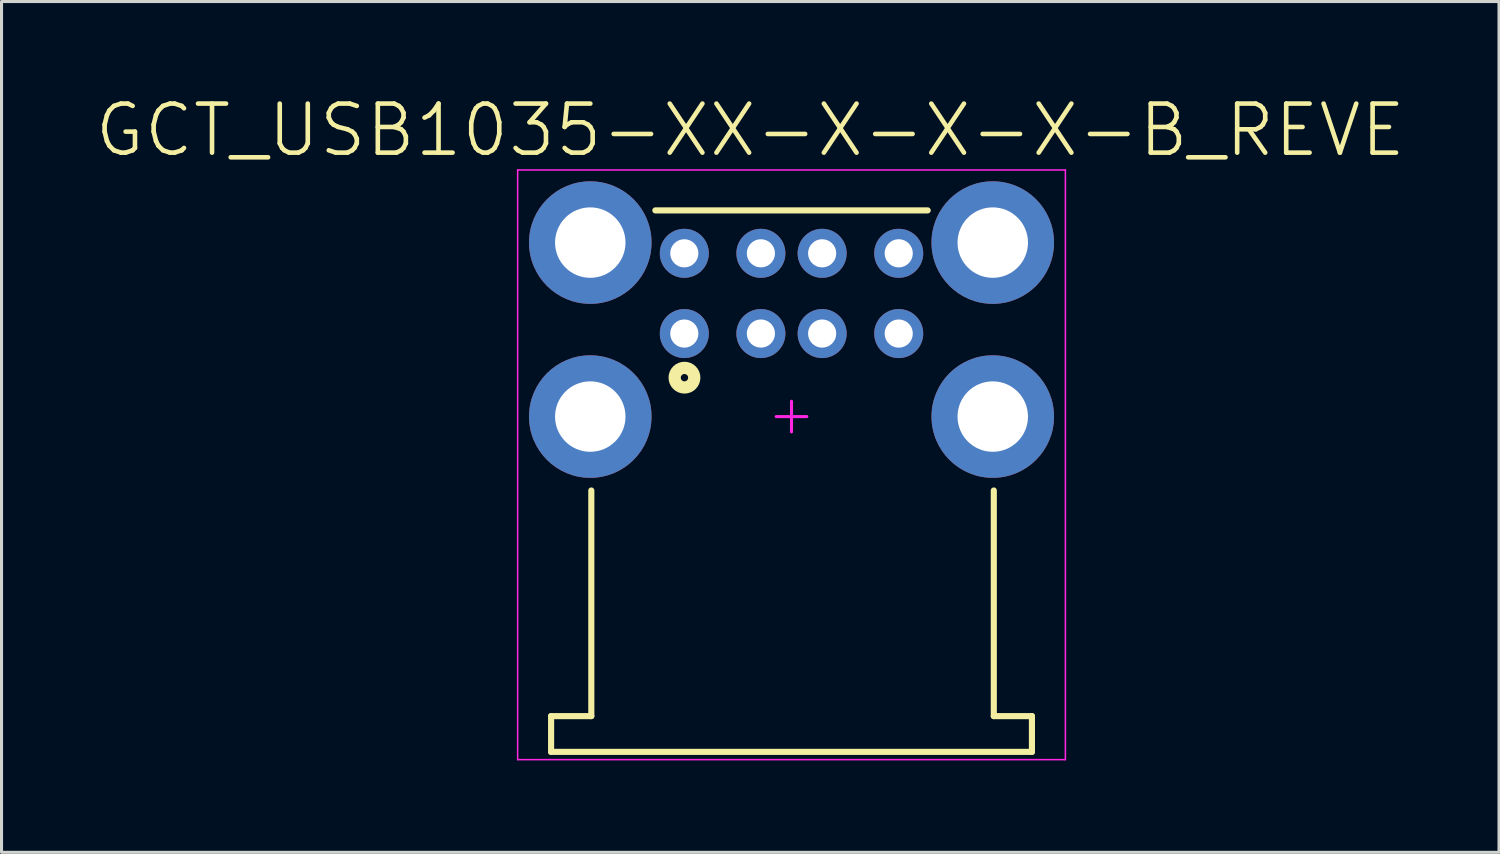
<source format=kicad_pcb>
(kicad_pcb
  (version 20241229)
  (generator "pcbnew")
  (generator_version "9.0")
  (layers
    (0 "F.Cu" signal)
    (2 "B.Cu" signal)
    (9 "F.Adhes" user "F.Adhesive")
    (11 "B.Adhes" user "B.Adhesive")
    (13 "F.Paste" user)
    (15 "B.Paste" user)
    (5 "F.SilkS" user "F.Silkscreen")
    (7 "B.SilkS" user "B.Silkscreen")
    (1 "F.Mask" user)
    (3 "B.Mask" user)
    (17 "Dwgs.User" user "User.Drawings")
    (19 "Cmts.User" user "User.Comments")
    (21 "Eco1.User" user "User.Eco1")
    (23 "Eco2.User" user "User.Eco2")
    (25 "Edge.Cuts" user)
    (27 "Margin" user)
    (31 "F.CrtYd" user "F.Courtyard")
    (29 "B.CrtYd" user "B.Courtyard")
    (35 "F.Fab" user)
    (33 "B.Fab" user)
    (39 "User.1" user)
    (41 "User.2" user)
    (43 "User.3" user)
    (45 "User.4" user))
  (footprint "GCT_USB1035-XX-X-X-X-B_REVE"
    (layer "F.Cu")
    (at 22.791 10.55)
    (property "Reference" "GCT_USB1035-XX-X-X-X-B_REVE" (at -1.346 -9.35 0) (layer "F.SilkS") (effects (font (size 1.601 1.601) (thickness 0.15))))
    (attr through_hole)
    (fp_line (start -7.849 9.779) (end -6.536 9.779) (stroke (width 0.2) (type solid)) (layer "F.SilkS"))
    (fp_line (start -7.849 10.947) (end -7.849 9.779) (stroke (width 0.2) (type solid)) (layer "F.SilkS"))
    (fp_line (start -7.849 10.947) (end 7.849 10.947) (stroke (width 0.2) (type solid)) (layer "F.SilkS"))
    (fp_line (start -6.536 9.779) (end -6.536 2.413) (stroke (width 0.2) (type solid)) (layer "F.SilkS"))
    (fp_line (start -4.445 -6.731) (end 4.445 -6.731) (stroke (width 0.2) (type solid)) (layer "F.SilkS"))
    (fp_line (start 6.604 9.779) (end 6.604 2.413) (stroke (width 0.2) (type solid)) (layer "F.SilkS"))
    (fp_line (start 6.604 9.779) (end 7.849 9.779) (stroke (width 0.2) (type solid)) (layer "F.SilkS"))
    (fp_line (start 7.849 10.947) (end 7.849 9.779) (stroke (width 0.2) (type solid)) (layer "F.SilkS"))
    (fp_circle (center -3.495 -1.27) (end -3.375 -1.27) (stroke (width 0.4) (type solid)) (fill no) (layer "F.SilkS"))
    (fp_line (start -8.941 -8.052) (end 8.941 -8.052) (stroke (width 0.05) (type solid)) (layer "F.CrtYd"))
    (fp_line (start -8.941 11.201) (end -8.941 -8.052) (stroke (width 0.05) (type solid)) (layer "F.CrtYd"))
    (fp_line (start -8.941 11.201) (end 8.941 11.201) (stroke (width 0.05) (type solid)) (layer "F.CrtYd"))
    (fp_line (start -0.5 0) (end 0.5 0) (stroke (width 0.1) (type solid)) (layer "F.CrtYd"))
    (fp_line (start 0 0.5) (end 0 -0.5) (stroke (width 0.1) (type solid)) (layer "F.CrtYd"))
    (fp_line (start 8.941 11.201) (end 8.941 -8.052) (stroke (width 0.05) (type solid)) (layer "F.CrtYd"))
    (pad "1A" thru_hole circle (at -3.5 -5.33) (size 1.6 1.6) (drill 0.92) (layers "*.Cu" "*.Mask"))
    (pad "1B" thru_hole circle (at -3.5 -2.71) (size 1.6 1.6) (drill 0.92) (layers "*.Cu" "*.Mask"))
    (pad "2A" thru_hole circle (at -1 -5.33) (size 1.6 1.6) (drill 0.92) (layers "*.Cu" "*.Mask"))
    (pad "2B" thru_hole circle (at -1 -2.71) (size 1.6 1.6) (drill 0.92) (layers "*.Cu" "*.Mask"))
    (pad "3A" thru_hole circle (at 1 -5.33) (size 1.6 1.6) (drill 0.92) (layers "*.Cu" "*.Mask"))
    (pad "3B" thru_hole circle (at 1 -2.71) (size 1.6 1.6) (drill 0.92) (layers "*.Cu" "*.Mask"))
    (pad "4A" thru_hole circle (at 3.5 -5.33) (size 1.6 1.6) (drill 0.92) (layers "*.Cu" "*.Mask"))
    (pad "4B" thru_hole circle (at 3.5 -2.71) (size 1.6 1.6) (drill 0.92) (layers "*.Cu" "*.Mask"))
    (pad "9" thru_hole circle (at -6.57 0) (size 4 4) (drill 2.3) (layers "*.Cu" "*.Mask"))
    (pad "10" thru_hole circle (at 6.57 0) (size 4 4) (drill 2.3) (layers "*.Cu" "*.Mask"))
    (pad "11" thru_hole circle (at -6.57 -5.68) (size 4 4) (drill 2.3) (layers "*.Cu" "*.Mask"))
    (pad "12" thru_hole circle (at 6.57 -5.68) (size 4 4) (drill 2.3) (layers "*.Cu" "*.Mask")))
  (gr_rect
    (start -3 -3)
    (end 45.889 24.776)
    (stroke (width 0.1) (type default))
    (fill no)
    (layer "Edge.Cuts")))
</source>
